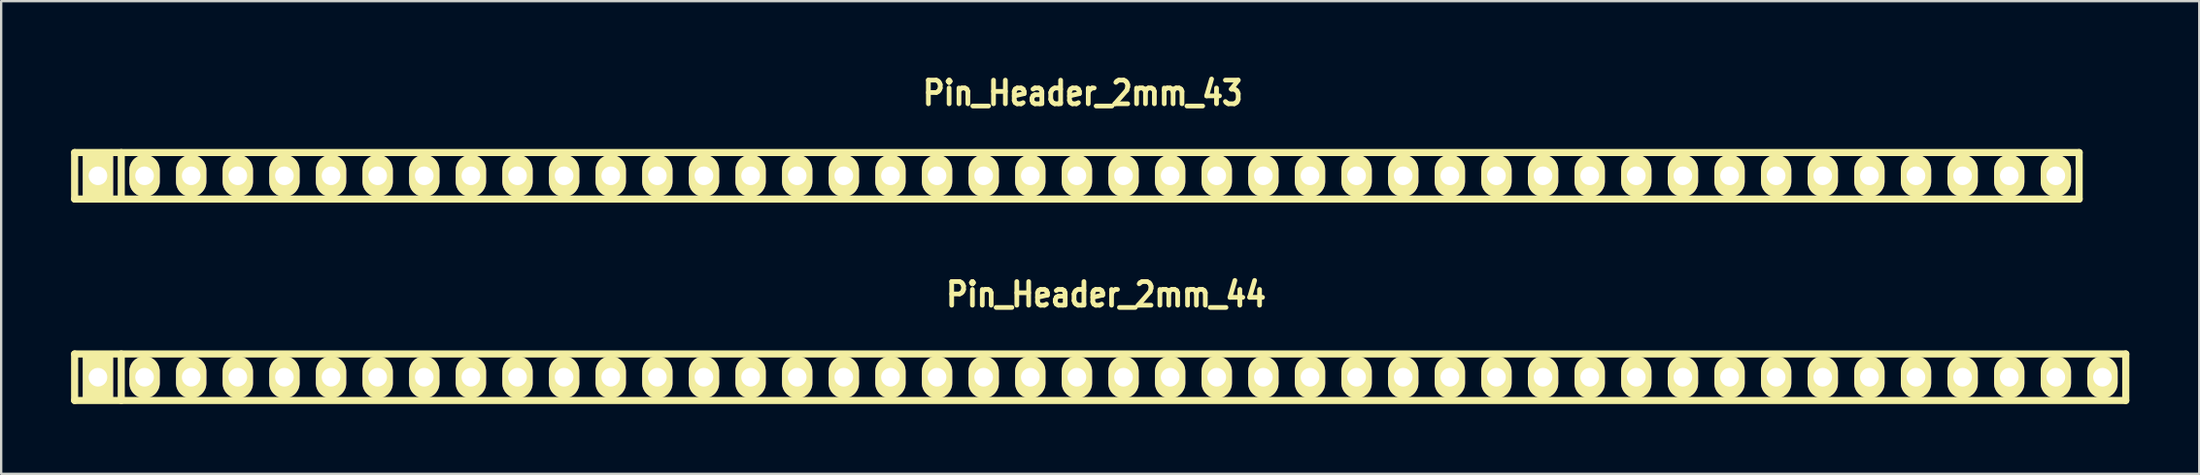
<source format=kicad_pcb>
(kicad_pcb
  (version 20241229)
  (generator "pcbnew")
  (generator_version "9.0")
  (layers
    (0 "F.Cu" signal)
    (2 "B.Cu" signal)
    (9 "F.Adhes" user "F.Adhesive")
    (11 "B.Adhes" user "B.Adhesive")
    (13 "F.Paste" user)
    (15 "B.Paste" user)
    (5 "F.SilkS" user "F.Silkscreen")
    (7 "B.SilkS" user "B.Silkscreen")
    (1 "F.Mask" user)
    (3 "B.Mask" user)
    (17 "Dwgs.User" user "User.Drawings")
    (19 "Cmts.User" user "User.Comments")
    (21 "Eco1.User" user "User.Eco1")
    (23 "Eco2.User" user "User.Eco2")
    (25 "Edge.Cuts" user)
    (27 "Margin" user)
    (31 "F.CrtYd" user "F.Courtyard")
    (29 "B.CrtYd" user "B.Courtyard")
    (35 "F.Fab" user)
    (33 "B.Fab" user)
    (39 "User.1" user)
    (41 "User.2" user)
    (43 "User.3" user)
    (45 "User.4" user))
  (footprint "Pin_Header_2mm_44"
    (layer "F.Cu")
    (at 44.152 13.166)
    (property "Reference" "Pin_Header_2mm_44" (at 0.254 -3.556 0) (layer "F.SilkS") (effects (font (size 1.016 0.889) (thickness 0.203))))
    (attr through_hole)
    (fp_line (start -44 -1) (end 44 -1) (stroke (width 0.305) (type solid)) (layer "F.SilkS"))
    (fp_line (start -44 1) (end -44 -1) (stroke (width 0.305) (type solid)) (layer "F.SilkS"))
    (fp_line (start -42 -1) (end -42 1) (stroke (width 0.305) (type solid)) (layer "F.SilkS"))
    (fp_line (start 44 -1) (end 44 1) (stroke (width 0.305) (type solid)) (layer "F.SilkS"))
    (fp_line (start 44 1) (end -44 1) (stroke (width 0.305) (type solid)) (layer "F.SilkS"))
    (pad "1" thru_hole rect (at -43 0) (size 1.3 1.8) (drill 0.8) (layers "*.Cu" "*.Mask" "F.SilkS"))
    (pad "2" thru_hole oval (at -41 0) (size 1.3 1.8) (drill 0.8) (layers "*.Cu" "*.Mask" "F.SilkS"))
    (pad "3" thru_hole oval (at -39 0) (size 1.3 1.8) (drill 0.8) (layers "*.Cu" "*.Mask" "F.SilkS"))
    (pad "4" thru_hole oval (at -37 0) (size 1.3 1.8) (drill 0.8) (layers "*.Cu" "*.Mask" "F.SilkS"))
    (pad "5" thru_hole oval (at -35 0) (size 1.3 1.8) (drill 0.8) (layers "*.Cu" "*.Mask" "F.SilkS"))
    (pad "6" thru_hole oval (at -33 0) (size 1.3 1.8) (drill 0.8) (layers "*.Cu" "*.Mask" "F.SilkS"))
    (pad "7" thru_hole oval (at -31 0) (size 1.3 1.8) (drill 0.8) (layers "*.Cu" "*.Mask" "F.SilkS"))
    (pad "8" thru_hole oval (at -29 0) (size 1.3 1.8) (drill 0.8) (layers "*.Cu" "*.Mask" "F.SilkS"))
    (pad "9" thru_hole oval (at -27 0) (size 1.3 1.8) (drill 0.8) (layers "*.Cu" "*.Mask" "F.SilkS"))
    (pad "10" thru_hole oval (at -25 0) (size 1.3 1.8) (drill 0.8) (layers "*.Cu" "*.Mask" "F.SilkS"))
    (pad "11" thru_hole oval (at -23 0) (size 1.3 1.8) (drill 0.8) (layers "*.Cu" "*.Mask" "F.SilkS"))
    (pad "12" thru_hole oval (at -21 0) (size 1.3 1.8) (drill 0.8) (layers "*.Cu" "*.Mask" "F.SilkS"))
    (pad "13" thru_hole oval (at -19 0) (size 1.3 1.8) (drill 0.8) (layers "*.Cu" "*.Mask" "F.SilkS"))
    (pad "14" thru_hole oval (at -17 0) (size 1.3 1.8) (drill 0.8) (layers "*.Cu" "*.Mask" "F.SilkS"))
    (pad "15" thru_hole oval (at -15 0) (size 1.3 1.8) (drill 0.8) (layers "*.Cu" "*.Mask" "F.SilkS"))
    (pad "16" thru_hole oval (at -13 0) (size 1.3 1.8) (drill 0.8) (layers "*.Cu" "*.Mask" "F.SilkS"))
    (pad "17" thru_hole oval (at -11 0) (size 1.3 1.8) (drill 0.8) (layers "*.Cu" "*.Mask" "F.SilkS"))
    (pad "18" thru_hole oval (at -9 0) (size 1.3 1.8) (drill 0.8) (layers "*.Cu" "*.Mask" "F.SilkS"))
    (pad "19" thru_hole oval (at -7 0) (size 1.3 1.8) (drill 0.8) (layers "*.Cu" "*.Mask" "F.SilkS"))
    (pad "20" thru_hole oval (at -5 0) (size 1.3 1.8) (drill 0.8) (layers "*.Cu" "*.Mask" "F.SilkS"))
    (pad "21" thru_hole oval (at -3 0) (size 1.3 1.8) (drill 0.8) (layers "*.Cu" "*.Mask" "F.SilkS"))
    (pad "22" thru_hole oval (at -1 0) (size 1.3 1.8) (drill 0.8) (layers "*.Cu" "*.Mask" "F.SilkS"))
    (pad "23" thru_hole oval (at 1 0) (size 1.3 1.8) (drill 0.8) (layers "*.Cu" "*.Mask" "F.SilkS"))
    (pad "24" thru_hole oval (at 3 0) (size 1.3 1.8) (drill 0.8) (layers "*.Cu" "*.Mask" "F.SilkS"))
    (pad "25" thru_hole oval (at 5 0) (size 1.3 1.8) (drill 0.8) (layers "*.Cu" "*.Mask" "F.SilkS"))
    (pad "26" thru_hole oval (at 7 0) (size 1.3 1.8) (drill 0.8) (layers "*.Cu" "*.Mask" "F.SilkS"))
    (pad "27" thru_hole oval (at 9 0) (size 1.3 1.8) (drill 0.8) (layers "*.Cu" "*.Mask" "F.SilkS"))
    (pad "28" thru_hole oval (at 11 0) (size 1.3 1.8) (drill 0.8) (layers "*.Cu" "*.Mask" "F.SilkS"))
    (pad "29" thru_hole oval (at 13 0) (size 1.3 1.8) (drill 0.8) (layers "*.Cu" "*.Mask" "F.SilkS"))
    (pad "30" thru_hole oval (at 15 0) (size 1.3 1.8) (drill 0.8) (layers "*.Cu" "*.Mask" "F.SilkS"))
    (pad "31" thru_hole oval (at 17 0) (size 1.3 1.8) (drill 0.8) (layers "*.Cu" "*.Mask" "F.SilkS"))
    (pad "32" thru_hole oval (at 19 0) (size 1.3 1.8) (drill 0.8) (layers "*.Cu" "*.Mask" "F.SilkS"))
    (pad "33" thru_hole oval (at 21 0) (size 1.3 1.8) (drill 0.8) (layers "*.Cu" "*.Mask" "F.SilkS"))
    (pad "34" thru_hole oval (at 23 0) (size 1.3 1.8) (drill 0.8) (layers "*.Cu" "*.Mask" "F.SilkS"))
    (pad "35" thru_hole oval (at 25 0) (size 1.3 1.8) (drill 0.8) (layers "*.Cu" "*.Mask" "F.SilkS"))
    (pad "36" thru_hole oval (at 27 0) (size 1.3 1.8) (drill 0.8) (layers "*.Cu" "*.Mask" "F.SilkS"))
    (pad "37" thru_hole oval (at 29 0) (size 1.3 1.8) (drill 0.8) (layers "*.Cu" "*.Mask" "F.SilkS"))
    (pad "38" thru_hole oval (at 31 0) (size 1.3 1.8) (drill 0.8) (layers "*.Cu" "*.Mask" "F.SilkS"))
    (pad "39" thru_hole oval (at 33 0) (size 1.3 1.8) (drill 0.8) (layers "*.Cu" "*.Mask" "F.SilkS"))
    (pad "40" thru_hole oval (at 35 0) (size 1.3 1.8) (drill 0.8) (layers "*.Cu" "*.Mask" "F.SilkS"))
    (pad "41" thru_hole oval (at 37 0) (size 1.3 1.8) (drill 0.8) (layers "*.Cu" "*.Mask" "F.SilkS"))
    (pad "42" thru_hole oval (at 39 0) (size 1.3 1.8) (drill 0.8) (layers "*.Cu" "*.Mask" "F.SilkS"))
    (pad "43" thru_hole oval (at 41 0) (size 1.3 1.8) (drill 0.8) (layers "*.Cu" "*.Mask" "F.SilkS"))
    (pad "44" thru_hole oval (at 43 0) (size 1.3 1.8) (drill 0.8) (layers "*.Cu" "*.Mask" "F.SilkS")))
  (footprint "Pin_Header_2mm_43"
    (layer "F.Cu")
    (at 43.152 4.507)
    (property "Reference" "Pin_Header_2mm_43" (at 0.254 -3.556 0) (layer "F.SilkS") (effects (font (size 1.016 0.889) (thickness 0.203))))
    (attr through_hole)
    (fp_line (start -43 -1) (end 43 -1) (stroke (width 0.305) (type solid)) (layer "F.SilkS"))
    (fp_line (start -43 1) (end -43 -1) (stroke (width 0.305) (type solid)) (layer "F.SilkS"))
    (fp_line (start -41 -1) (end -41 1) (stroke (width 0.305) (type solid)) (layer "F.SilkS"))
    (fp_line (start 43 -1) (end 43 1) (stroke (width 0.305) (type solid)) (layer "F.SilkS"))
    (fp_line (start 43 1) (end -43 1) (stroke (width 0.305) (type solid)) (layer "F.SilkS"))
    (pad "1" thru_hole rect (at -42 0) (size 1.3 1.8) (drill 0.8) (layers "*.Cu" "*.Mask" "F.SilkS"))
    (pad "2" thru_hole oval (at -40 0) (size 1.3 1.8) (drill 0.8) (layers "*.Cu" "*.Mask" "F.SilkS"))
    (pad "3" thru_hole oval (at -38 0) (size 1.3 1.8) (drill 0.8) (layers "*.Cu" "*.Mask" "F.SilkS"))
    (pad "4" thru_hole oval (at -36 0) (size 1.3 1.8) (drill 0.8) (layers "*.Cu" "*.Mask" "F.SilkS"))
    (pad "5" thru_hole oval (at -34 0) (size 1.3 1.8) (drill 0.8) (layers "*.Cu" "*.Mask" "F.SilkS"))
    (pad "6" thru_hole oval (at -32 0) (size 1.3 1.8) (drill 0.8) (layers "*.Cu" "*.Mask" "F.SilkS"))
    (pad "7" thru_hole oval (at -30 0) (size 1.3 1.8) (drill 0.8) (layers "*.Cu" "*.Mask" "F.SilkS"))
    (pad "8" thru_hole oval (at -28 0) (size 1.3 1.8) (drill 0.8) (layers "*.Cu" "*.Mask" "F.SilkS"))
    (pad "9" thru_hole oval (at -26 0) (size 1.3 1.8) (drill 0.8) (layers "*.Cu" "*.Mask" "F.SilkS"))
    (pad "10" thru_hole oval (at -24 0) (size 1.3 1.8) (drill 0.8) (layers "*.Cu" "*.Mask" "F.SilkS"))
    (pad "11" thru_hole oval (at -22 0) (size 1.3 1.8) (drill 0.8) (layers "*.Cu" "*.Mask" "F.SilkS"))
    (pad "12" thru_hole oval (at -20 0) (size 1.3 1.8) (drill 0.8) (layers "*.Cu" "*.Mask" "F.SilkS"))
    (pad "13" thru_hole oval (at -18 0) (size 1.3 1.8) (drill 0.8) (layers "*.Cu" "*.Mask" "F.SilkS"))
    (pad "14" thru_hole oval (at -16 0) (size 1.3 1.8) (drill 0.8) (layers "*.Cu" "*.Mask" "F.SilkS"))
    (pad "15" thru_hole oval (at -14 0) (size 1.3 1.8) (drill 0.8) (layers "*.Cu" "*.Mask" "F.SilkS"))
    (pad "16" thru_hole oval (at -12 0) (size 1.3 1.8) (drill 0.8) (layers "*.Cu" "*.Mask" "F.SilkS"))
    (pad "17" thru_hole oval (at -10 0) (size 1.3 1.8) (drill 0.8) (layers "*.Cu" "*.Mask" "F.SilkS"))
    (pad "18" thru_hole oval (at -8 0) (size 1.3 1.8) (drill 0.8) (layers "*.Cu" "*.Mask" "F.SilkS"))
    (pad "19" thru_hole oval (at -6 0) (size 1.3 1.8) (drill 0.8) (layers "*.Cu" "*.Mask" "F.SilkS"))
    (pad "20" thru_hole oval (at -4 0) (size 1.3 1.8) (drill 0.8) (layers "*.Cu" "*.Mask" "F.SilkS"))
    (pad "21" thru_hole oval (at -2 0) (size 1.3 1.8) (drill 0.8) (layers "*.Cu" "*.Mask" "F.SilkS"))
    (pad "22" thru_hole oval (at 0 0) (size 1.3 1.8) (drill 0.8) (layers "*.Cu" "*.Mask" "F.SilkS"))
    (pad "23" thru_hole oval (at 2 0) (size 1.3 1.8) (drill 0.8) (layers "*.Cu" "*.Mask" "F.SilkS"))
    (pad "24" thru_hole oval (at 4 0) (size 1.3 1.8) (drill 0.8) (layers "*.Cu" "*.Mask" "F.SilkS"))
    (pad "25" thru_hole oval (at 6 0) (size 1.3 1.8) (drill 0.8) (layers "*.Cu" "*.Mask" "F.SilkS"))
    (pad "26" thru_hole oval (at 8 0) (size 1.3 1.8) (drill 0.8) (layers "*.Cu" "*.Mask" "F.SilkS"))
    (pad "27" thru_hole oval (at 10 0) (size 1.3 1.8) (drill 0.8) (layers "*.Cu" "*.Mask" "F.SilkS"))
    (pad "28" thru_hole oval (at 12 0) (size 1.3 1.8) (drill 0.8) (layers "*.Cu" "*.Mask" "F.SilkS"))
    (pad "29" thru_hole oval (at 14 0) (size 1.3 1.8) (drill 0.8) (layers "*.Cu" "*.Mask" "F.SilkS"))
    (pad "30" thru_hole oval (at 16 0) (size 1.3 1.8) (drill 0.8) (layers "*.Cu" "*.Mask" "F.SilkS"))
    (pad "31" thru_hole oval (at 18 0) (size 1.3 1.8) (drill 0.8) (layers "*.Cu" "*.Mask" "F.SilkS"))
    (pad "32" thru_hole oval (at 20 0) (size 1.3 1.8) (drill 0.8) (layers "*.Cu" "*.Mask" "F.SilkS"))
    (pad "33" thru_hole oval (at 22 0) (size 1.3 1.8) (drill 0.8) (layers "*.Cu" "*.Mask" "F.SilkS"))
    (pad "34" thru_hole oval (at 24 0) (size 1.3 1.8) (drill 0.8) (layers "*.Cu" "*.Mask" "F.SilkS"))
    (pad "35" thru_hole oval (at 26 0) (size 1.3 1.8) (drill 0.8) (layers "*.Cu" "*.Mask" "F.SilkS"))
    (pad "36" thru_hole oval (at 28 0) (size 1.3 1.8) (drill 0.8) (layers "*.Cu" "*.Mask" "F.SilkS"))
    (pad "37" thru_hole oval (at 30 0) (size 1.3 1.8) (drill 0.8) (layers "*.Cu" "*.Mask" "F.SilkS"))
    (pad "38" thru_hole oval (at 32 0) (size 1.3 1.8) (drill 0.8) (layers "*.Cu" "*.Mask" "F.SilkS"))
    (pad "39" thru_hole oval (at 34 0) (size 1.3 1.8) (drill 0.8) (layers "*.Cu" "*.Mask" "F.SilkS"))
    (pad "40" thru_hole oval (at 36 0) (size 1.3 1.8) (drill 0.8) (layers "*.Cu" "*.Mask" "F.SilkS"))
    (pad "41" thru_hole oval (at 38 0) (size 1.3 1.8) (drill 0.8) (layers "*.Cu" "*.Mask" "F.SilkS"))
    (pad "42" thru_hole oval (at 40 0) (size 1.3 1.8) (drill 0.8) (layers "*.Cu" "*.Mask" "F.SilkS"))
    (pad "43" thru_hole oval (at 42 0) (size 1.3 1.8) (drill 0.8) (layers "*.Cu" "*.Mask" "F.SilkS")))
  (gr_rect
    (start -3 -3)
    (end 91.305 17.319)
    (stroke (width 0.1) (type default))
    (fill no)
    (layer "Edge.Cuts")))
</source>
